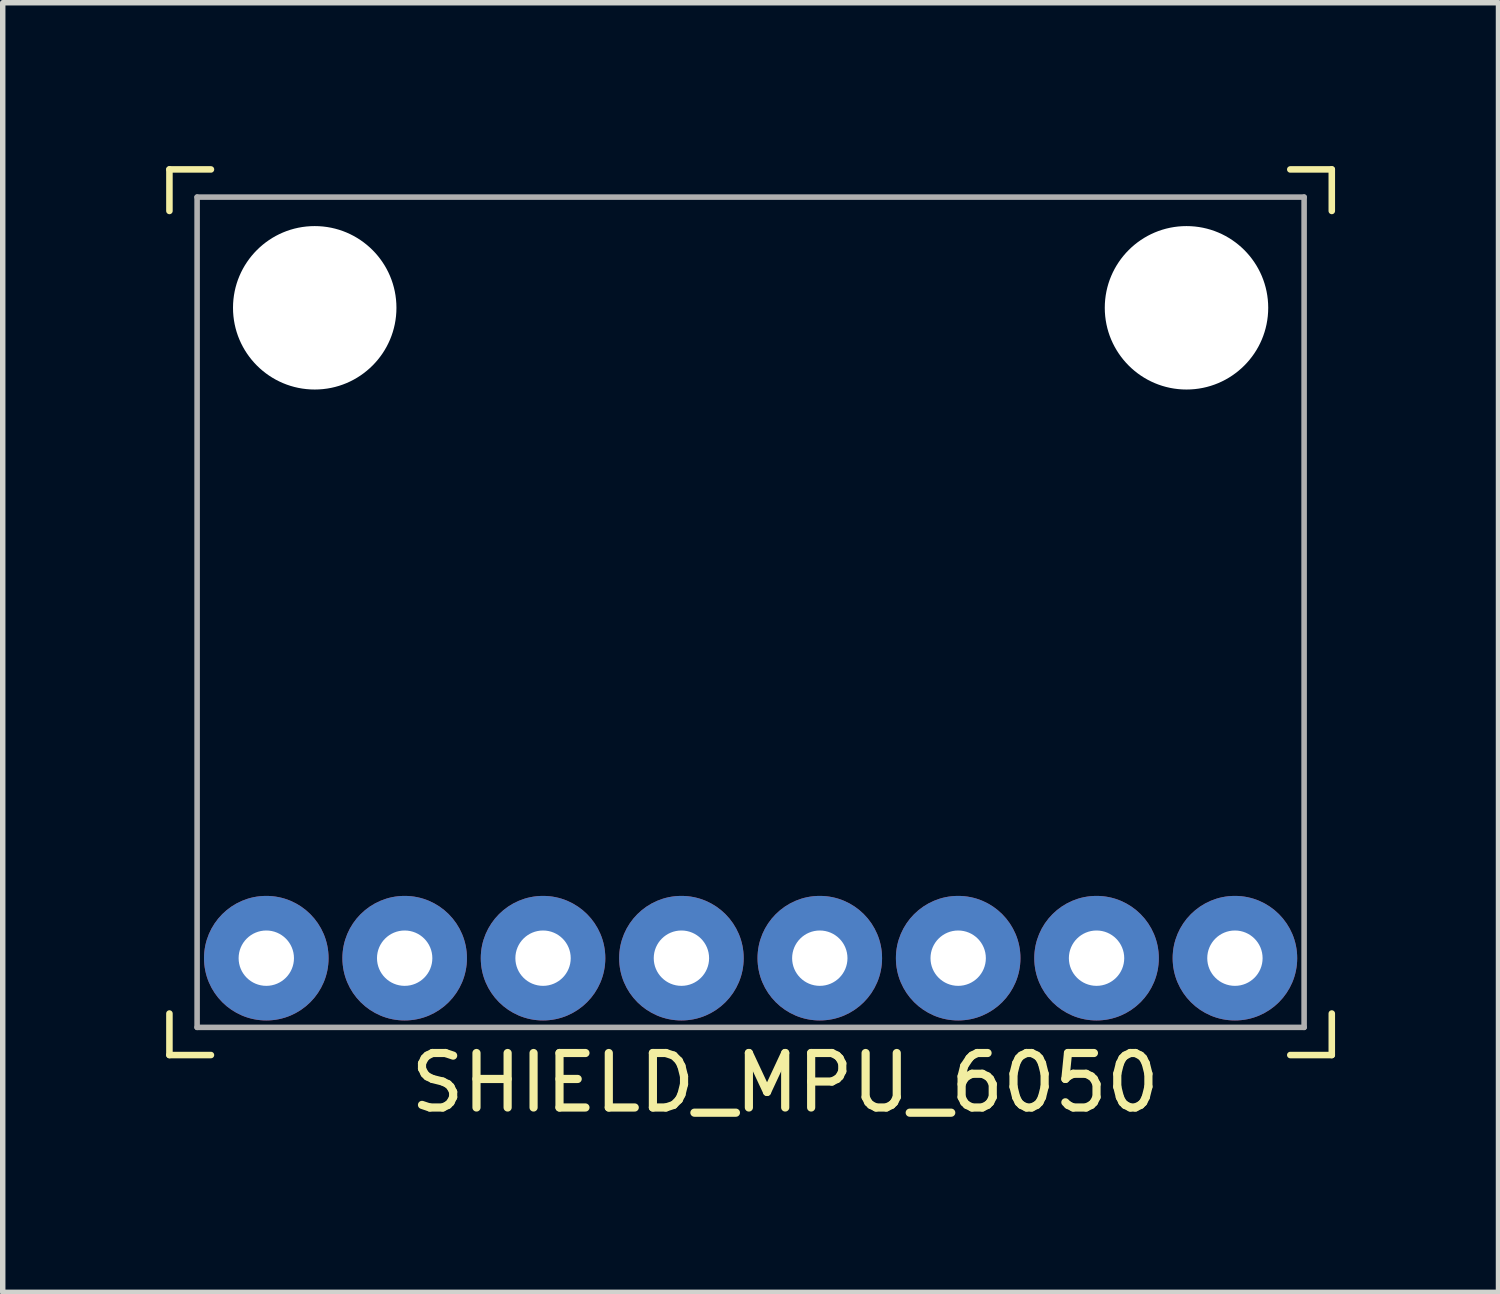
<source format=kicad_pcb>
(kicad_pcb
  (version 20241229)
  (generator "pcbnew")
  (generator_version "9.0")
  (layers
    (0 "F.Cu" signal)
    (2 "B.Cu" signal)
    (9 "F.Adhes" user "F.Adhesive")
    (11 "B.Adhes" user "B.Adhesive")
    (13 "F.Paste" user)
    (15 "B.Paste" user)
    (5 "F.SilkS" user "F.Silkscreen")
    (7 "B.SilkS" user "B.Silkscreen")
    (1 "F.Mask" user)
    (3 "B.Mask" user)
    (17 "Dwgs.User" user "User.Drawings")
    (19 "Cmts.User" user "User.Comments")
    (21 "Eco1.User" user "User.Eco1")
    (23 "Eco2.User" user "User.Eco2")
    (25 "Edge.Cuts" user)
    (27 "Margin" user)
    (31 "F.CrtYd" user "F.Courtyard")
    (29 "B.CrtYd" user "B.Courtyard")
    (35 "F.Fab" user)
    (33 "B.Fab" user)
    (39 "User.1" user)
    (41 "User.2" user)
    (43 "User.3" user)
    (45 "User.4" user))
  (footprint "SHIELD_MPU_6050"
    (layer "F.Cu")
    (at 10.728 14.538)
    (property "Reference" "SHIELD_MPU_6050" (at 0.635 2.286 0) (layer "F.SilkS") (effects (font (size 1 1) (thickness 0.15))))
    (attr through_hole)
    (fp_line (start -10.668 -14.478) (end -10.668 -13.716) (stroke (width 0.12) (type solid)) (layer "F.SilkS"))
    (fp_line (start -10.668 1.016) (end -10.668 1.778) (stroke (width 0.12) (type solid)) (layer "F.SilkS"))
    (fp_line (start -10.668 1.778) (end -9.906 1.778) (stroke (width 0.12) (type solid)) (layer "F.SilkS"))
    (fp_line (start -9.906 -14.478) (end -10.668 -14.478) (stroke (width 0.12) (type solid)) (layer "F.SilkS"))
    (fp_line (start 10.668 -14.478) (end 9.906 -14.478) (stroke (width 0.12) (type solid)) (layer "F.SilkS"))
    (fp_line (start 10.668 -13.716) (end 10.668 -14.478) (stroke (width 0.12) (type solid)) (layer "F.SilkS"))
    (fp_line (start 10.668 1.016) (end 10.668 1.778) (stroke (width 0.12) (type solid)) (layer "F.SilkS"))
    (fp_line (start 10.668 1.778) (end 9.906 1.778) (stroke (width 0.12) (type solid)) (layer "F.SilkS"))
    (fp_line (start -10.16 -13.97) (end 10.16 -13.97) (stroke (width 0.102) (type solid)) (layer "F.Fab"))
    (fp_line (start -10.16 1.27) (end -10.16 -13.97) (stroke (width 0.102) (type solid)) (layer "F.Fab"))
    (fp_line (start -10.16 1.27) (end 10.16 1.27) (stroke (width 0.102) (type solid)) (layer "F.Fab"))
    (fp_line (start 10.16 1.27) (end 10.16 -13.97) (stroke (width 0.102) (type solid)) (layer "F.Fab"))
    (pad "" np_thru_hole circle (at -8.001 -11.938) (size 3 3) (drill 3) (layers "*.Cu" "*.Mask"))
    (pad "" np_thru_hole circle (at 8.001 -11.938) (size 3 3) (drill 3) (layers "*.Cu" "*.Mask"))
    (pad "1" thru_hole circle (at -8.89 0) (size 2.286 2.286) (drill 1.016) (layers "*.Cu" "*.Mask"))
    (pad "2" thru_hole circle (at -6.35 0) (size 2.286 2.286) (drill 1.016) (layers "*.Cu" "*.Mask"))
    (pad "3" thru_hole circle (at -3.81 0) (size 2.286 2.286) (drill 1.016) (layers "*.Cu" "*.Mask"))
    (pad "4" thru_hole circle (at -1.27 0) (size 2.286 2.286) (drill 1.016) (layers "*.Cu" "*.Mask"))
    (pad "5" thru_hole circle (at 1.27 0) (size 2.286 2.286) (drill 1.016) (layers "*.Cu" "*.Mask"))
    (pad "6" thru_hole circle (at 3.81 0) (size 2.286 2.286) (drill 1.016) (layers "*.Cu" "*.Mask"))
    (pad "7" thru_hole circle (at 6.35 0) (size 2.286 2.286) (drill 1.016) (layers "*.Cu" "*.Mask"))
    (pad "8" thru_hole circle (at 8.89 0) (size 2.286 2.286) (drill 1.016) (layers "*.Cu" "*.Mask")))
  (gr_rect
    (start -3 -3)
    (end 24.456 20.672)
    (stroke (width 0.1) (type default))
    (fill no)
    (layer "Edge.Cuts")))
</source>
